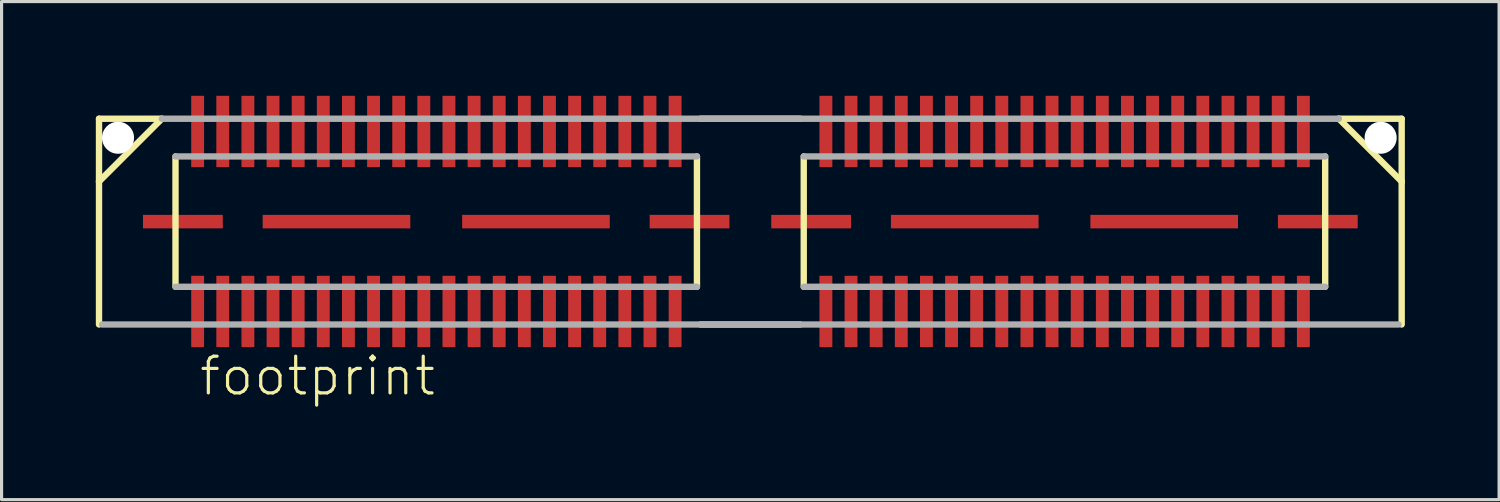
<source format=kicad_pcb>
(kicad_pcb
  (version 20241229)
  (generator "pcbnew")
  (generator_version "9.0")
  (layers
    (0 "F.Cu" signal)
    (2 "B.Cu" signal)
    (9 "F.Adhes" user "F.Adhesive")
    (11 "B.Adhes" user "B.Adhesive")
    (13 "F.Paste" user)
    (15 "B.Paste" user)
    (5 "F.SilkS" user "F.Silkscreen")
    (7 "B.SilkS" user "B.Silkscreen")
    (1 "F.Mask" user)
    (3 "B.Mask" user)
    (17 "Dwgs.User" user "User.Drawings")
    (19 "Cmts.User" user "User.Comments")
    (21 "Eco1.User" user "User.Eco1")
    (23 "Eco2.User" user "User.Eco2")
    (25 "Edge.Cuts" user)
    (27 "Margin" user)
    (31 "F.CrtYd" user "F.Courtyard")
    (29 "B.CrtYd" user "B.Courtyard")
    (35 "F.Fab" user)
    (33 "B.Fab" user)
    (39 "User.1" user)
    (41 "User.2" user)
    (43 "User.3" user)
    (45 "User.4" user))
  (footprint "footprint"
    (layer "F.Cu")
    (at 20.837 4.005)
    (property "Reference" "footprint" (at -17.6 5.6 0) (layer "F.SilkS") (effects (font (size 1.168 1.168) (thickness 0.102)) (justify left bottom)))
    (fp_line (start -20.735 -3.275) (end -20.735 -1.275) (stroke (width 0.203) (type solid)) (layer "F.SilkS"))
    (fp_line (start -20.735 -1.275) (end -20.735 3.275) (stroke (width 0.203) (type solid)) (layer "F.SilkS"))
    (fp_line (start -18.735 -3.275) (end -20.735 -3.275) (stroke (width 0.203) (type solid)) (layer "F.SilkS"))
    (fp_line (start -18.735 -3.275) (end -20.735 -1.275) (stroke (width 0.203) (type solid)) (layer "F.SilkS"))
    (fp_line (start -18.3 2.075) (end -18.3 -2.075) (stroke (width 0.203) (type solid)) (layer "F.SilkS"))
    (fp_line (start -1.7 -2.075) (end -1.7 2.075) (stroke (width 0.203) (type solid)) (layer "F.SilkS"))
    (fp_line (start 1.585 3.275) (end -1.585 3.275) (stroke (width 0.203) (type solid)) (layer "F.SilkS"))
    (fp_line (start 1.59 -3.275) (end -1.59 -3.275) (stroke (width 0.203) (type solid)) (layer "F.SilkS"))
    (fp_line (start 1.7 2.075) (end 1.7 -2.075) (stroke (width 0.203) (type solid)) (layer "F.SilkS"))
    (fp_line (start 18.3 -2.075) (end 18.3 2.075) (stroke (width 0.203) (type solid)) (layer "F.SilkS"))
    (fp_line (start 20.735 -3.275) (end 18.735 -3.275) (stroke (width 0.203) (type solid)) (layer "F.SilkS"))
    (fp_line (start 20.735 -1.275) (end 18.735 -3.275) (stroke (width 0.203) (type solid)) (layer "F.SilkS"))
    (fp_line (start 20.735 -1.275) (end 20.735 -3.275) (stroke (width 0.203) (type solid)) (layer "F.SilkS"))
    (fp_line (start 20.735 3.275) (end 20.735 -1.275) (stroke (width 0.203) (type solid)) (layer "F.SilkS"))
    (fp_line (start -18.3 -2.075) (end -1.7 -2.075) (stroke (width 0.203) (type solid)) (layer "F.Fab"))
    (fp_line (start -1.7 2.075) (end -18.3 2.075) (stroke (width 0.203) (type solid)) (layer "F.Fab"))
    (fp_line (start 1.7 -2.075) (end 18.3 -2.075) (stroke (width 0.203) (type solid)) (layer "F.Fab"))
    (fp_line (start 18.3 2.075) (end 1.7 2.075) (stroke (width 0.203) (type solid)) (layer "F.Fab"))
    (fp_line (start 18.735 -3.275) (end -18.735 -3.275) (stroke (width 0.203) (type solid)) (layer "F.Fab"))
    (fp_line (start 20.635 3.275) (end -20.635 3.275) (stroke (width 0.203) (type solid)) (layer "F.Fab"))
    (pad "" np_thru_hole circle (at -20.13 -2.67) (size 1.02 1.02) (drill 1.02) (layers "*.Cu" "*.Mask"))
    (pad "" np_thru_hole circle (at 20.065 -2.67) (size 1.02 1.02) (drill 1.02) (layers "*.Cu" "*.Mask"))
    (pad "1" smd rect (at -17.595 2.86) (size 0.41 2.27) (layers "F.Cu" "F.Mask" "F.Paste"))
    (pad "2" smd rect (at -17.595 -2.87) (size 0.41 2.27) (layers "F.Cu" "F.Mask" "F.Paste"))
    (pad "3" smd rect (at -16.795 2.86) (size 0.41 2.27) (layers "F.Cu" "F.Mask" "F.Paste"))
    (pad "4" smd rect (at -16.795 -2.87) (size 0.41 2.27) (layers "F.Cu" "F.Mask" "F.Paste"))
    (pad "5" smd rect (at -15.995 2.86) (size 0.41 2.27) (layers "F.Cu" "F.Mask" "F.Paste"))
    (pad "6" smd rect (at -15.995 -2.87) (size 0.41 2.27) (layers "F.Cu" "F.Mask" "F.Paste"))
    (pad "7" smd rect (at -15.195 2.86) (size 0.41 2.27) (layers "F.Cu" "F.Mask" "F.Paste"))
    (pad "8" smd rect (at -15.195 -2.87) (size 0.41 2.27) (layers "F.Cu" "F.Mask" "F.Paste"))
    (pad "9" smd rect (at -14.395 2.86) (size 0.41 2.27) (layers "F.Cu" "F.Mask" "F.Paste"))
    (pad "10" smd rect (at -14.395 -2.87) (size 0.41 2.27) (layers "F.Cu" "F.Mask" "F.Paste"))
    (pad "11" smd rect (at -13.595 2.86) (size 0.41 2.27) (layers "F.Cu" "F.Mask" "F.Paste"))
    (pad "12" smd rect (at -13.595 -2.87) (size 0.41 2.27) (layers "F.Cu" "F.Mask" "F.Paste"))
    (pad "13" smd rect (at -12.795 2.86) (size 0.41 2.27) (layers "F.Cu" "F.Mask" "F.Paste"))
    (pad "14" smd rect (at -12.795 -2.87) (size 0.41 2.27) (layers "F.Cu" "F.Mask" "F.Paste"))
    (pad "15" smd rect (at -11.995 2.86) (size 0.41 2.27) (layers "F.Cu" "F.Mask" "F.Paste"))
    (pad "16" smd rect (at -11.995 -2.87) (size 0.41 2.27) (layers "F.Cu" "F.Mask" "F.Paste"))
    (pad "17" smd rect (at -11.195 2.86) (size 0.41 2.27) (layers "F.Cu" "F.Mask" "F.Paste"))
    (pad "18" smd rect (at -11.195 -2.87) (size 0.41 2.27) (layers "F.Cu" "F.Mask" "F.Paste"))
    (pad "19" smd rect (at -10.395 2.86) (size 0.41 2.27) (layers "F.Cu" "F.Mask" "F.Paste"))
    (pad "20" smd rect (at -10.395 -2.87) (size 0.41 2.27) (layers "F.Cu" "F.Mask" "F.Paste"))
    (pad "21" smd rect (at -9.595 2.86) (size 0.41 2.27) (layers "F.Cu" "F.Mask" "F.Paste"))
    (pad "22" smd rect (at -9.595 -2.87) (size 0.41 2.27) (layers "F.Cu" "F.Mask" "F.Paste"))
    (pad "23" smd rect (at -8.795 2.86) (size 0.41 2.27) (layers "F.Cu" "F.Mask" "F.Paste"))
    (pad "24" smd rect (at -8.795 -2.87) (size 0.41 2.27) (layers "F.Cu" "F.Mask" "F.Paste"))
    (pad "25" smd rect (at -7.995 2.86) (size 0.41 2.27) (layers "F.Cu" "F.Mask" "F.Paste"))
    (pad "26" smd rect (at -7.995 -2.87) (size 0.41 2.27) (layers "F.Cu" "F.Mask" "F.Paste"))
    (pad "27" smd rect (at -7.195 2.86) (size 0.41 2.27) (layers "F.Cu" "F.Mask" "F.Paste"))
    (pad "28" smd rect (at -7.195 -2.87) (size 0.41 2.27) (layers "F.Cu" "F.Mask" "F.Paste"))
    (pad "29" smd rect (at -6.395 2.86) (size 0.41 2.27) (layers "F.Cu" "F.Mask" "F.Paste"))
    (pad "30" smd rect (at -6.395 -2.87) (size 0.41 2.27) (layers "F.Cu" "F.Mask" "F.Paste"))
    (pad "31" smd rect (at -5.595 2.86) (size 0.41 2.27) (layers "F.Cu" "F.Mask" "F.Paste"))
    (pad "32" smd rect (at -5.595 -2.87) (size 0.41 2.27) (layers "F.Cu" "F.Mask" "F.Paste"))
    (pad "33" smd rect (at -4.795 2.86) (size 0.41 2.27) (layers "F.Cu" "F.Mask" "F.Paste"))
    (pad "34" smd rect (at -4.795 -2.87) (size 0.41 2.27) (layers "F.Cu" "F.Mask" "F.Paste"))
    (pad "35" smd rect (at -3.995 2.86) (size 0.41 2.27) (layers "F.Cu" "F.Mask" "F.Paste"))
    (pad "36" smd rect (at -3.995 -2.87) (size 0.41 2.27) (layers "F.Cu" "F.Mask" "F.Paste"))
    (pad "37" smd rect (at -3.195 2.86) (size 0.41 2.27) (layers "F.Cu" "F.Mask" "F.Paste"))
    (pad "38" smd rect (at -3.195 -2.87) (size 0.41 2.27) (layers "F.Cu" "F.Mask" "F.Paste"))
    (pad "39" smd rect (at -2.395 2.86) (size 0.41 2.27) (layers "F.Cu" "F.Mask" "F.Paste"))
    (pad "40" smd rect (at -2.395 -2.87) (size 0.41 2.27) (layers "F.Cu" "F.Mask" "F.Paste"))
    (pad "41" smd rect (at 2.405 2.86) (size 0.41 2.27) (layers "F.Cu" "F.Mask" "F.Paste"))
    (pad "42" smd rect (at 2.405 -2.87) (size 0.41 2.27) (layers "F.Cu" "F.Mask" "F.Paste"))
    (pad "43" smd rect (at 3.205 2.86) (size 0.41 2.27) (layers "F.Cu" "F.Mask" "F.Paste"))
    (pad "44" smd rect (at 3.205 -2.87) (size 0.41 2.27) (layers "F.Cu" "F.Mask" "F.Paste"))
    (pad "45" smd rect (at 4.005 2.86) (size 0.41 2.27) (layers "F.Cu" "F.Mask" "F.Paste"))
    (pad "46" smd rect (at 4.005 -2.87) (size 0.41 2.27) (layers "F.Cu" "F.Mask" "F.Paste"))
    (pad "47" smd rect (at 4.805 2.86) (size 0.41 2.27) (layers "F.Cu" "F.Mask" "F.Paste"))
    (pad "48" smd rect (at 4.805 -2.87) (size 0.41 2.27) (layers "F.Cu" "F.Mask" "F.Paste"))
    (pad "49" smd rect (at 5.605 2.86) (size 0.41 2.27) (layers "F.Cu" "F.Mask" "F.Paste"))
    (pad "50" smd rect (at 5.605 -2.87) (size 0.41 2.27) (layers "F.Cu" "F.Mask" "F.Paste"))
    (pad "51" smd rect (at 6.405 2.86) (size 0.41 2.27) (layers "F.Cu" "F.Mask" "F.Paste"))
    (pad "52" smd rect (at 6.405 -2.87) (size 0.41 2.27) (layers "F.Cu" "F.Mask" "F.Paste"))
    (pad "53" smd rect (at 7.205 2.86) (size 0.41 2.27) (layers "F.Cu" "F.Mask" "F.Paste"))
    (pad "54" smd rect (at 7.205 -2.87) (size 0.41 2.27) (layers "F.Cu" "F.Mask" "F.Paste"))
    (pad "55" smd rect (at 8.005 2.86) (size 0.41 2.27) (layers "F.Cu" "F.Mask" "F.Paste"))
    (pad "56" smd rect (at 8.005 -2.87) (size 0.41 2.27) (layers "F.Cu" "F.Mask" "F.Paste"))
    (pad "57" smd rect (at 8.805 2.86) (size 0.41 2.27) (layers "F.Cu" "F.Mask" "F.Paste"))
    (pad "58" smd rect (at 8.805 -2.87) (size 0.41 2.27) (layers "F.Cu" "F.Mask" "F.Paste"))
    (pad "59" smd rect (at 9.605 2.86) (size 0.41 2.27) (layers "F.Cu" "F.Mask" "F.Paste"))
    (pad "60" smd rect (at 9.605 -2.87) (size 0.41 2.27) (layers "F.Cu" "F.Mask" "F.Paste"))
    (pad "61" smd rect (at 10.405 2.86) (size 0.41 2.27) (layers "F.Cu" "F.Mask" "F.Paste"))
    (pad "62" smd rect (at 10.405 -2.87) (size 0.41 2.27) (layers "F.Cu" "F.Mask" "F.Paste"))
    (pad "63" smd rect (at 11.205 2.86) (size 0.41 2.27) (layers "F.Cu" "F.Mask" "F.Paste"))
    (pad "64" smd rect (at 11.205 -2.87) (size 0.41 2.27) (layers "F.Cu" "F.Mask" "F.Paste"))
    (pad "65" smd rect (at 12.005 2.86) (size 0.41 2.27) (layers "F.Cu" "F.Mask" "F.Paste"))
    (pad "66" smd rect (at 12.005 -2.87) (size 0.41 2.27) (layers "F.Cu" "F.Mask" "F.Paste"))
    (pad "67" smd rect (at 12.805 2.86) (size 0.41 2.27) (layers "F.Cu" "F.Mask" "F.Paste"))
    (pad "68" smd rect (at 12.805 -2.87) (size 0.41 2.27) (layers "F.Cu" "F.Mask" "F.Paste"))
    (pad "69" smd rect (at 13.605 2.86) (size 0.41 2.27) (layers "F.Cu" "F.Mask" "F.Paste"))
    (pad "70" smd rect (at 13.605 -2.87) (size 0.41 2.27) (layers "F.Cu" "F.Mask" "F.Paste"))
    (pad "71" smd rect (at 14.405 2.86) (size 0.41 2.27) (layers "F.Cu" "F.Mask" "F.Paste"))
    (pad "72" smd rect (at 14.405 -2.87) (size 0.41 2.27) (layers "F.Cu" "F.Mask" "F.Paste"))
    (pad "73" smd rect (at 15.205 2.86) (size 0.41 2.27) (layers "F.Cu" "F.Mask" "F.Paste"))
    (pad "74" smd rect (at 15.205 -2.87) (size 0.41 2.27) (layers "F.Cu" "F.Mask" "F.Paste"))
    (pad "75" smd rect (at 16.005 2.86) (size 0.41 2.27) (layers "F.Cu" "F.Mask" "F.Paste"))
    (pad "76" smd rect (at 16.005 -2.87) (size 0.41 2.27) (layers "F.Cu" "F.Mask" "F.Paste"))
    (pad "77" smd rect (at 16.805 2.86) (size 0.41 2.27) (layers "F.Cu" "F.Mask" "F.Paste"))
    (pad "78" smd rect (at 16.805 -2.87) (size 0.41 2.27) (layers "F.Cu" "F.Mask" "F.Paste"))
    (pad "79" smd rect (at 17.605 2.86) (size 0.41 2.27) (layers "F.Cu" "F.Mask" "F.Paste"))
    (pad "80" smd rect (at 17.605 -2.87) (size 0.41 2.27) (layers "F.Cu" "F.Mask" "F.Paste"))
    (pad "M1" smd rect (at -18.065 0) (size 2.54 0.43) (layers "F.Cu" "F.Mask" "F.Paste"))
    (pad "M2" smd rect (at -1.935 0) (size 2.54 0.43) (layers "F.Cu" "F.Mask" "F.Paste"))
    (pad "M3" smd rect (at -13.175 0) (size 4.7 0.43) (layers "F.Cu" "F.Mask" "F.Paste"))
    (pad "M4" smd rect (at -6.825 0) (size 4.7 0.43) (layers "F.Cu" "F.Mask" "F.Paste"))
    (pad "M5" smd rect (at 1.935 0) (size 2.54 0.43) (layers "F.Cu" "F.Mask" "F.Paste"))
    (pad "M6" smd rect (at 18.065 0) (size 2.54 0.43) (layers "F.Cu" "F.Mask" "F.Paste"))
    (pad "M7" smd rect (at 6.825 0) (size 4.7 0.43) (layers "F.Cu" "F.Mask" "F.Paste"))
    (pad "M8" smd rect (at 13.175 0) (size 4.7 0.43) (layers "F.Cu" "F.Mask" "F.Paste")))
  (gr_rect
    (start -3 -3)
    (end 44.673 12.855)
    (stroke (width 0.1) (type default))
    (fill no)
    (layer "Edge.Cuts")))
</source>
